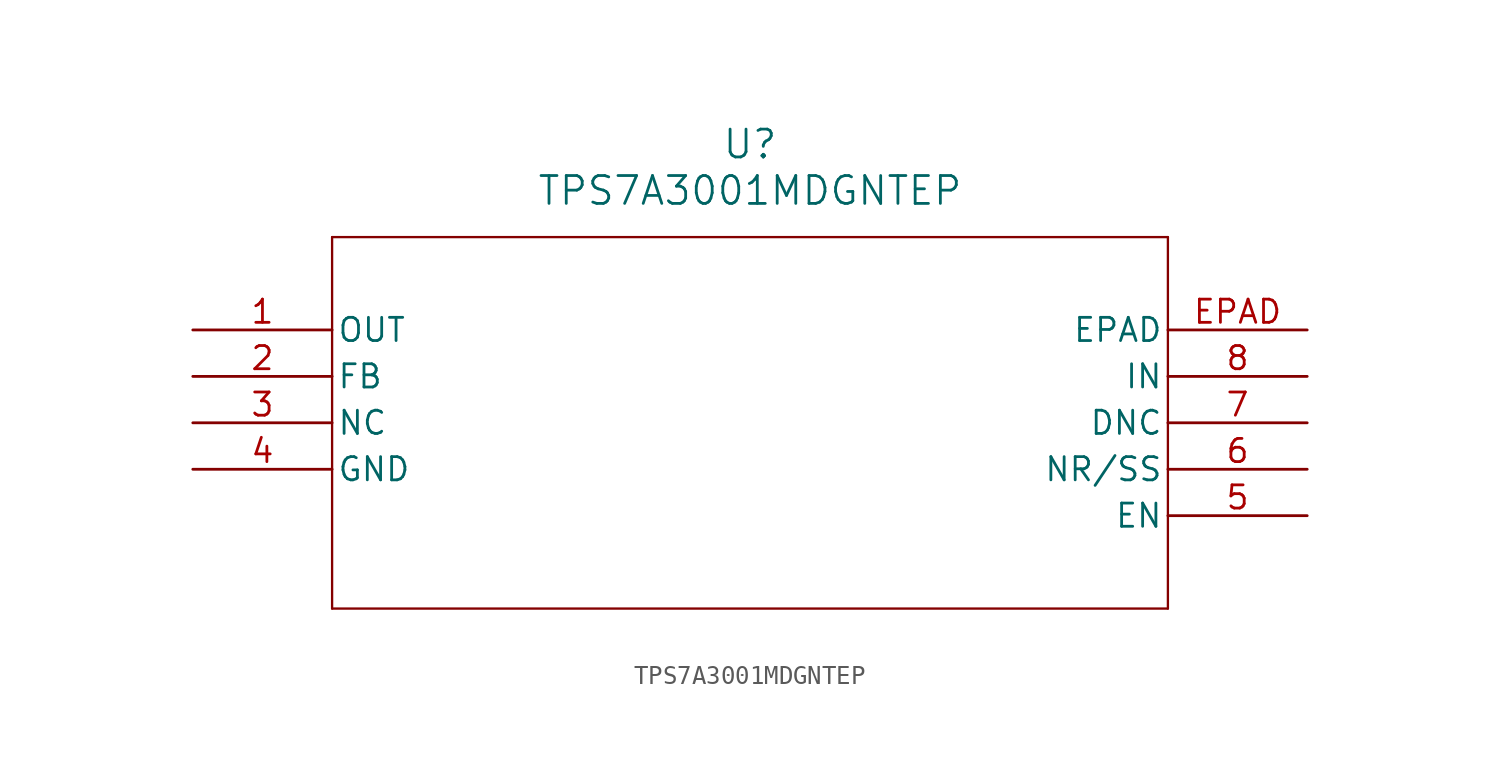
<source format=kicad_sym>
(kicad_symbol_lib
  (version 20211014)
  (generator kicad_symbol_editor)
  (symbol "TPS7A3001MDGNTEP"
    (pin_names
      (offset 0.254))
    (property "Reference" "U"
      (at 30.48 10.16 0)
      (effects (font (size 1.524 1.524))))
    (property "Value" "TPS7A3001MDGNTEP"
      (at 30.48 7.62 0)
      (effects (font (size 1.524 1.524))))
    (symbol "TPS7A3001MDGNTEP_0_1"
      (polyline (pts (xy 7.62 5.08) (xy 7.62 -15.24)) (stroke (width 0.127) (type default) (color 0 0 0 0)) (fill (type none)))
      (polyline (pts (xy 7.62 -15.24) (xy 53.34 -15.24)) (stroke (width 0.127) (type default) (color 0 0 0 0)) (fill (type none)))
      (polyline (pts (xy 53.34 -15.24) (xy 53.34 5.08)) (stroke (width 0.127) (type default) (color 0 0 0 0)) (fill (type none)))
      (polyline (pts (xy 53.34 5.08) (xy 7.62 5.08)) (stroke (width 0.127) (type default) (color 0 0 0 0)) (fill (type none)))
      (pin output line (at 0 0 0) (length 7.62) (name "OUT" (effects (font (size 1.27 1.27)))) (number "1" (effects (font (size 1.27 1.27)))))
      (pin unspecified line (at 0 -2.54 0) (length 7.62) (name "FB" (effects (font (size 1.27 1.27)))) (number "2" (effects (font (size 1.27 1.27)))))
      (pin unspecified line (at 0 -5.08 0) (length 7.62) (name "NC" (effects (font (size 1.27 1.27)))) (number "3" (effects (font (size 1.27 1.27)))))
      (pin power_in line (at 0 -7.62 0) (length 7.62) (name "GND" (effects (font (size 1.27 1.27)))) (number "4" (effects (font (size 1.27 1.27)))))
      (pin unspecified line (at 60.96 -10.16 180) (length 7.62) (name "EN" (effects (font (size 1.27 1.27)))) (number "5" (effects (font (size 1.27 1.27)))))
      (pin unspecified line (at 60.96 -7.62 180) (length 7.62) (name "NR/SS" (effects (font (size 1.27 1.27)))) (number "6" (effects (font (size 1.27 1.27)))))
      (pin unspecified line (at 60.96 -5.08 180) (length 7.62) (name "DNC" (effects (font (size 1.27 1.27)))) (number "7" (effects (font (size 1.27 1.27)))))
      (pin input line (at 60.96 -2.54 180) (length 7.62) (name "IN" (effects (font (size 1.27 1.27)))) (number "8" (effects (font (size 1.27 1.27)))))
      (pin unspecified line (at 60.96 0 180) (length 7.62) (name "EPAD" (effects (font (size 1.27 1.27)))) (number "EPAD" (effects (font (size 1.27 1.27))))))))
</source>
